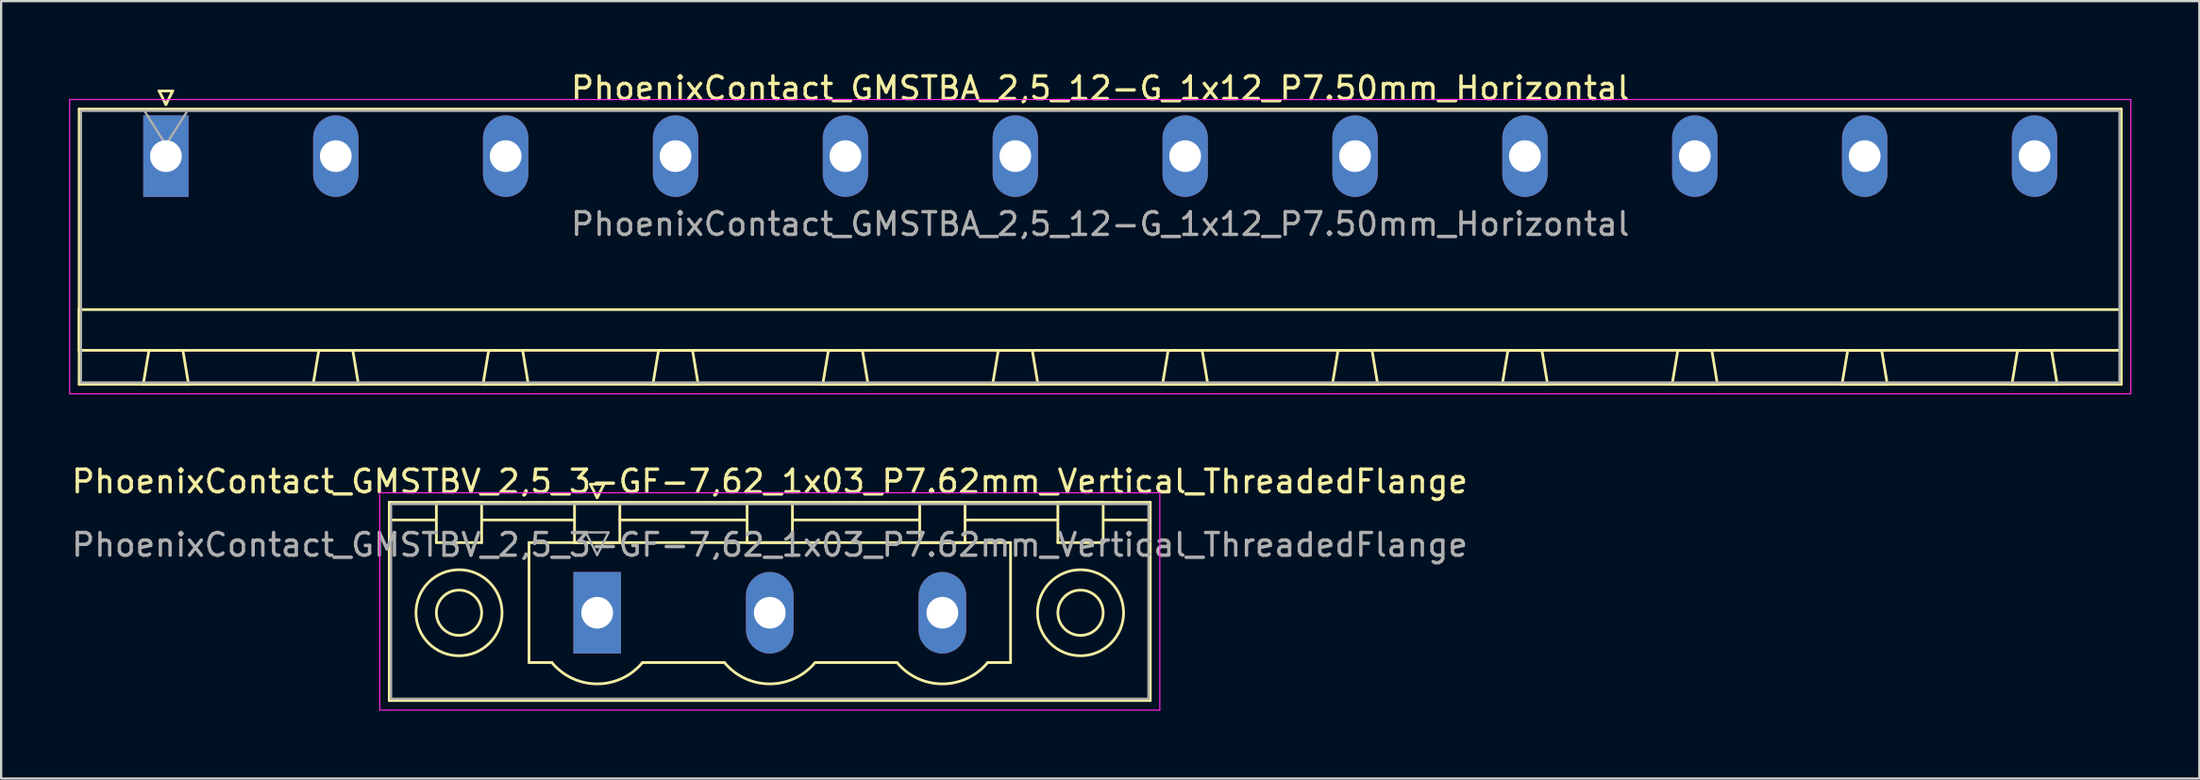
<source format=kicad_pcb>
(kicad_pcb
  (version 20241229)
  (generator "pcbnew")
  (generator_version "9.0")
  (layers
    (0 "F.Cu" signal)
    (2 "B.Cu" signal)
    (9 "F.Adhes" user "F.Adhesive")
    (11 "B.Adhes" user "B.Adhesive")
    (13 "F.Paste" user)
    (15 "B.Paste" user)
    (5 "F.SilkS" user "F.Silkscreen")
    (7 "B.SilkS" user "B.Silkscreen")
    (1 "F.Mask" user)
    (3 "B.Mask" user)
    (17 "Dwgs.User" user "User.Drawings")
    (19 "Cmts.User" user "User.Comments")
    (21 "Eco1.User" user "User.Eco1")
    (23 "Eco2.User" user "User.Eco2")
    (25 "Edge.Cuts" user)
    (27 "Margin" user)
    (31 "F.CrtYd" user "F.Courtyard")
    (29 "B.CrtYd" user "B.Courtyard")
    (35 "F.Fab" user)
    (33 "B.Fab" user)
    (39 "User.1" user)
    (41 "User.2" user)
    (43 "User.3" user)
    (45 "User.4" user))
  (footprint "PhoenixContact_GMSTBV_2,5_3-GF-7,62_1x03_P7.62mm_Vertical_ThreadedFlange"
    (layer "F.Cu")
    (at 23.315 24.021)
    (property "Reference" "PhoenixContact_GMSTBV_2,5_3-GF-7,62_1x03_P7.62mm_Vertical_ThreadedFlange" (at 7.62 -5.8 0) (layer "F.SilkS") (effects (font (size 1 1) (thickness 0.15))))
    (attr through_hole)
    (fp_line (start -9.18 -4.88) (end -9.18 3.88) (stroke (width 0.12) (type solid)) (layer "F.SilkS"))
    (fp_line (start -9.18 -4.1) (end -7.18 -4.1) (stroke (width 0.12) (type solid)) (layer "F.SilkS"))
    (fp_line (start -9.18 3.88) (end 24.42 3.88) (stroke (width 0.12) (type solid)) (layer "F.SilkS"))
    (fp_line (start -7.1 -4.88) (end -5.1 -4.88) (stroke (width 0.12) (type solid)) (layer "F.SilkS"))
    (fp_line (start -7.1 -3.1) (end -7.1 -4.88) (stroke (width 0.12) (type solid)) (layer "F.SilkS"))
    (fp_line (start -5.1 -4.88) (end -5.1 -3.1) (stroke (width 0.12) (type solid)) (layer "F.SilkS"))
    (fp_line (start -5.1 -4.1) (end -1 -4.1) (stroke (width 0.12) (type solid)) (layer "F.SilkS"))
    (fp_line (start -5.1 -3.1) (end -7.1 -3.1) (stroke (width 0.12) (type solid)) (layer "F.SilkS"))
    (fp_line (start -3.01 -3.1) (end 18.25 -3.1) (stroke (width 0.12) (type solid)) (layer "F.SilkS"))
    (fp_line (start -3.01 2.2) (end -3.01 -3.1) (stroke (width 0.12) (type solid)) (layer "F.SilkS"))
    (fp_line (start -2 2.2) (end -3.01 2.2) (stroke (width 0.12) (type solid)) (layer "F.SilkS"))
    (fp_line (start -1 -4.88) (end 1 -4.88) (stroke (width 0.12) (type solid)) (layer "F.SilkS"))
    (fp_line (start -1 -3.1) (end -1 -4.88) (stroke (width 0.12) (type solid)) (layer "F.SilkS"))
    (fp_line (start -0.3 -5.68) (end 0.3 -5.68) (stroke (width 0.12) (type solid)) (layer "F.SilkS"))
    (fp_line (start 0 -5.08) (end -0.3 -5.68) (stroke (width 0.12) (type solid)) (layer "F.SilkS"))
    (fp_line (start 0.3 -5.68) (end 0 -5.08) (stroke (width 0.12) (type solid)) (layer "F.SilkS"))
    (fp_line (start 1 -4.88) (end 1 -3.1) (stroke (width 0.12) (type solid)) (layer "F.SilkS"))
    (fp_line (start 1 -4.1) (end 6.62 -4.1) (stroke (width 0.12) (type solid)) (layer "F.SilkS"))
    (fp_line (start 1 -3.1) (end -1 -3.1) (stroke (width 0.12) (type solid)) (layer "F.SilkS"))
    (fp_line (start 2 2.2) (end 5.62 2.2) (stroke (width 0.12) (type solid)) (layer "F.SilkS"))
    (fp_line (start 6.62 -4.88) (end 8.62 -4.88) (stroke (width 0.12) (type solid)) (layer "F.SilkS"))
    (fp_line (start 6.62 -3.1) (end 6.62 -4.88) (stroke (width 0.12) (type solid)) (layer "F.SilkS"))
    (fp_line (start 8.62 -4.88) (end 8.62 -3.1) (stroke (width 0.12) (type solid)) (layer "F.SilkS"))
    (fp_line (start 8.62 -4.1) (end 14.24 -4.1) (stroke (width 0.12) (type solid)) (layer "F.SilkS"))
    (fp_line (start 8.62 -3.1) (end 6.62 -3.1) (stroke (width 0.12) (type solid)) (layer "F.SilkS"))
    (fp_line (start 9.62 2.2) (end 13.24 2.2) (stroke (width 0.12) (type solid)) (layer "F.SilkS"))
    (fp_line (start 14.24 -4.88) (end 16.24 -4.88) (stroke (width 0.12) (type solid)) (layer "F.SilkS"))
    (fp_line (start 14.24 -3.1) (end 14.24 -4.88) (stroke (width 0.12) (type solid)) (layer "F.SilkS"))
    (fp_line (start 16.24 -4.88) (end 16.24 -3.1) (stroke (width 0.12) (type solid)) (layer "F.SilkS"))
    (fp_line (start 16.24 -4.1) (end 20.34 -4.1) (stroke (width 0.12) (type solid)) (layer "F.SilkS"))
    (fp_line (start 16.24 -3.1) (end 14.24 -3.1) (stroke (width 0.12) (type solid)) (layer "F.SilkS"))
    (fp_line (start 18.25 -3.1) (end 18.25 2.2) (stroke (width 0.12) (type solid)) (layer "F.SilkS"))
    (fp_line (start 18.25 2.2) (end 17.24 2.2) (stroke (width 0.12) (type solid)) (layer "F.SilkS"))
    (fp_line (start 20.34 -4.88) (end 22.34 -4.88) (stroke (width 0.12) (type solid)) (layer "F.SilkS"))
    (fp_line (start 20.34 -3.1) (end 20.34 -4.88) (stroke (width 0.12) (type solid)) (layer "F.SilkS"))
    (fp_line (start 22.34 -4.88) (end 22.34 -3.1) (stroke (width 0.12) (type solid)) (layer "F.SilkS"))
    (fp_line (start 22.34 -3.1) (end 20.34 -3.1) (stroke (width 0.12) (type solid)) (layer "F.SilkS"))
    (fp_line (start 24.42 -4.88) (end -9.18 -4.88) (stroke (width 0.12) (type solid)) (layer "F.SilkS"))
    (fp_line (start 24.42 -4.1) (end 22.42 -4.1) (stroke (width 0.12) (type solid)) (layer "F.SilkS"))
    (fp_line (start 24.42 3.88) (end 24.42 -4.88) (stroke (width 0.12) (type solid)) (layer "F.SilkS"))
    (fp_arc (start 1.986842 2.215821) (mid -0.010289 3.142758) (end -2 2.2) (stroke (width 0.12) (type solid)) (layer "F.SilkS"))
    (fp_arc (start 9.606842 2.215821) (mid 7.609711 3.142758) (end 5.62 2.2) (stroke (width 0.12) (type solid)) (layer "F.SilkS"))
    (fp_arc (start 17.226842 2.215821) (mid 15.229711 3.142758) (end 13.24 2.2) (stroke (width 0.12) (type solid)) (layer "F.SilkS"))
    (fp_circle (center -6.1 0) (end -5.1 0) (stroke (width 0.12) (type solid)) (fill no) (layer "F.SilkS"))
    (fp_circle (center -6.1 0) (end -4.2 0) (stroke (width 0.12) (type solid)) (fill no) (layer "F.SilkS"))
    (fp_circle (center 21.34 0) (end 22.34 0) (stroke (width 0.12) (type solid)) (fill no) (layer "F.SilkS"))
    (fp_circle (center 21.34 0) (end 23.24 0) (stroke (width 0.12) (type solid)) (fill no) (layer "F.SilkS"))
    (fp_line (start -9.6 -5.3) (end -9.6 4.3) (stroke (width 0.05) (type solid)) (layer "F.CrtYd"))
    (fp_line (start -9.6 4.3) (end 24.84 4.3) (stroke (width 0.05) (type solid)) (layer "F.CrtYd"))
    (fp_line (start 24.84 -5.3) (end -9.6 -5.3) (stroke (width 0.05) (type solid)) (layer "F.CrtYd"))
    (fp_line (start 24.84 4.3) (end 24.84 -5.3) (stroke (width 0.05) (type solid)) (layer "F.CrtYd"))
    (fp_line (start -9.1 -4.8) (end -9.1 3.8) (stroke (width 0.1) (type solid)) (layer "F.Fab"))
    (fp_line (start -9.1 3.8) (end 24.34 3.8) (stroke (width 0.1) (type solid)) (layer "F.Fab"))
    (fp_line (start -0.5 -3.55) (end 0.5 -3.55) (stroke (width 0.1) (type solid)) (layer "F.Fab"))
    (fp_line (start 0 -2.55) (end -0.5 -3.55) (stroke (width 0.1) (type solid)) (layer "F.Fab"))
    (fp_line (start 0.5 -3.55) (end 0 -2.55) (stroke (width 0.1) (type solid)) (layer "F.Fab"))
    (fp_line (start 24.34 -4.8) (end -9.1 -4.8) (stroke (width 0.1) (type solid)) (layer "F.Fab"))
    (fp_line (start 24.34 3.8) (end 24.34 -4.8) (stroke (width 0.1) (type solid)) (layer "F.Fab"))
    (fp_text user "${REFERENCE}" (at 7.62 -3 0) (layer "F.Fab") (effects (font (size 1 1) (thickness 0.15))))
    (pad "1" thru_hole rect (at 0 0) (size 2.1 3.6) (drill 1.4) (layers "*.Cu" "*.Mask"))
    (pad "2" thru_hole oval (at 7.62 0) (size 2.1 3.6) (drill 1.4) (layers "*.Cu" "*.Mask"))
    (pad "3" thru_hole oval (at 15.24 0) (size 2.1 3.6) (drill 1.4) (layers "*.Cu" "*.Mask")))
  (footprint "PhoenixContact_GMSTBA_2,5_12-G_1x12_P7.50mm_Horizontal"
    (layer "F.Cu")
    (at 4.275 3.848)
    (property "Reference" "PhoenixContact_GMSTBA_2,5_12-G_1x12_P7.50mm_Horizontal" (at 41.25 -3 0) (layer "F.SilkS") (effects (font (size 1 1) (thickness 0.15))))
    (attr through_hole)
    (fp_line (start -3.83 -2.08) (end -3.83 10.08) (stroke (width 0.12) (type solid)) (layer "F.SilkS"))
    (fp_line (start -3.83 6.78) (end 86.33 6.78) (stroke (width 0.12) (type solid)) (layer "F.SilkS"))
    (fp_line (start -3.83 8.58) (end -3.83 6.78) (stroke (width 0.12) (type solid)) (layer "F.SilkS"))
    (fp_line (start -3.83 10.08) (end 86.33 10.08) (stroke (width 0.12) (type solid)) (layer "F.SilkS"))
    (fp_line (start -1 10.08) (end 1 10.08) (stroke (width 0.12) (type solid)) (layer "F.SilkS"))
    (fp_line (start -0.75 8.58) (end -1 10.08) (stroke (width 0.12) (type solid)) (layer "F.SilkS"))
    (fp_line (start -0.3 -2.88) (end 0.3 -2.88) (stroke (width 0.12) (type solid)) (layer "F.SilkS"))
    (fp_line (start 0 -2.28) (end -0.3 -2.88) (stroke (width 0.12) (type solid)) (layer "F.SilkS"))
    (fp_line (start 0.3 -2.88) (end 0 -2.28) (stroke (width 0.12) (type solid)) (layer "F.SilkS"))
    (fp_line (start 0.75 8.58) (end -0.75 8.58) (stroke (width 0.12) (type solid)) (layer "F.SilkS"))
    (fp_line (start 1 10.08) (end 0.75 8.58) (stroke (width 0.12) (type solid)) (layer "F.SilkS"))
    (fp_line (start 6.5 10.08) (end 8.5 10.08) (stroke (width 0.12) (type solid)) (layer "F.SilkS"))
    (fp_line (start 6.75 8.58) (end 6.5 10.08) (stroke (width 0.12) (type solid)) (layer "F.SilkS"))
    (fp_line (start 8.25 8.58) (end 6.75 8.58) (stroke (width 0.12) (type solid)) (layer "F.SilkS"))
    (fp_line (start 8.5 10.08) (end 8.25 8.58) (stroke (width 0.12) (type solid)) (layer "F.SilkS"))
    (fp_line (start 14 10.08) (end 16 10.08) (stroke (width 0.12) (type solid)) (layer "F.SilkS"))
    (fp_line (start 14.25 8.58) (end 14 10.08) (stroke (width 0.12) (type solid)) (layer "F.SilkS"))
    (fp_line (start 15.75 8.58) (end 14.25 8.58) (stroke (width 0.12) (type solid)) (layer "F.SilkS"))
    (fp_line (start 16 10.08) (end 15.75 8.58) (stroke (width 0.12) (type solid)) (layer "F.SilkS"))
    (fp_line (start 21.5 10.08) (end 23.5 10.08) (stroke (width 0.12) (type solid)) (layer "F.SilkS"))
    (fp_line (start 21.75 8.58) (end 21.5 10.08) (stroke (width 0.12) (type solid)) (layer "F.SilkS"))
    (fp_line (start 23.25 8.58) (end 21.75 8.58) (stroke (width 0.12) (type solid)) (layer "F.SilkS"))
    (fp_line (start 23.5 10.08) (end 23.25 8.58) (stroke (width 0.12) (type solid)) (layer "F.SilkS"))
    (fp_line (start 29 10.08) (end 31 10.08) (stroke (width 0.12) (type solid)) (layer "F.SilkS"))
    (fp_line (start 29.25 8.58) (end 29 10.08) (stroke (width 0.12) (type solid)) (layer "F.SilkS"))
    (fp_line (start 30.75 8.58) (end 29.25 8.58) (stroke (width 0.12) (type solid)) (layer "F.SilkS"))
    (fp_line (start 31 10.08) (end 30.75 8.58) (stroke (width 0.12) (type solid)) (layer "F.SilkS"))
    (fp_line (start 36.5 10.08) (end 38.5 10.08) (stroke (width 0.12) (type solid)) (layer "F.SilkS"))
    (fp_line (start 36.75 8.58) (end 36.5 10.08) (stroke (width 0.12) (type solid)) (layer "F.SilkS"))
    (fp_line (start 38.25 8.58) (end 36.75 8.58) (stroke (width 0.12) (type solid)) (layer "F.SilkS"))
    (fp_line (start 38.5 10.08) (end 38.25 8.58) (stroke (width 0.12) (type solid)) (layer "F.SilkS"))
    (fp_line (start 44 10.08) (end 46 10.08) (stroke (width 0.12) (type solid)) (layer "F.SilkS"))
    (fp_line (start 44.25 8.58) (end 44 10.08) (stroke (width 0.12) (type solid)) (layer "F.SilkS"))
    (fp_line (start 45.75 8.58) (end 44.25 8.58) (stroke (width 0.12) (type solid)) (layer "F.SilkS"))
    (fp_line (start 46 10.08) (end 45.75 8.58) (stroke (width 0.12) (type solid)) (layer "F.SilkS"))
    (fp_line (start 51.5 10.08) (end 53.5 10.08) (stroke (width 0.12) (type solid)) (layer "F.SilkS"))
    (fp_line (start 51.75 8.58) (end 51.5 10.08) (stroke (width 0.12) (type solid)) (layer "F.SilkS"))
    (fp_line (start 53.25 8.58) (end 51.75 8.58) (stroke (width 0.12) (type solid)) (layer "F.SilkS"))
    (fp_line (start 53.5 10.08) (end 53.25 8.58) (stroke (width 0.12) (type solid)) (layer "F.SilkS"))
    (fp_line (start 59 10.08) (end 61 10.08) (stroke (width 0.12) (type solid)) (layer "F.SilkS"))
    (fp_line (start 59.25 8.58) (end 59 10.08) (stroke (width 0.12) (type solid)) (layer "F.SilkS"))
    (fp_line (start 60.75 8.58) (end 59.25 8.58) (stroke (width 0.12) (type solid)) (layer "F.SilkS"))
    (fp_line (start 61 10.08) (end 60.75 8.58) (stroke (width 0.12) (type solid)) (layer "F.SilkS"))
    (fp_line (start 66.5 10.08) (end 68.5 10.08) (stroke (width 0.12) (type solid)) (layer "F.SilkS"))
    (fp_line (start 66.75 8.58) (end 66.5 10.08) (stroke (width 0.12) (type solid)) (layer "F.SilkS"))
    (fp_line (start 68.25 8.58) (end 66.75 8.58) (stroke (width 0.12) (type solid)) (layer "F.SilkS"))
    (fp_line (start 68.5 10.08) (end 68.25 8.58) (stroke (width 0.12) (type solid)) (layer "F.SilkS"))
    (fp_line (start 74 10.08) (end 76 10.08) (stroke (width 0.12) (type solid)) (layer "F.SilkS"))
    (fp_line (start 74.25 8.58) (end 74 10.08) (stroke (width 0.12) (type solid)) (layer "F.SilkS"))
    (fp_line (start 75.75 8.58) (end 74.25 8.58) (stroke (width 0.12) (type solid)) (layer "F.SilkS"))
    (fp_line (start 76 10.08) (end 75.75 8.58) (stroke (width 0.12) (type solid)) (layer "F.SilkS"))
    (fp_line (start 81.5 10.08) (end 83.5 10.08) (stroke (width 0.12) (type solid)) (layer "F.SilkS"))
    (fp_line (start 81.75 8.58) (end 81.5 10.08) (stroke (width 0.12) (type solid)) (layer "F.SilkS"))
    (fp_line (start 83.25 8.58) (end 81.75 8.58) (stroke (width 0.12) (type solid)) (layer "F.SilkS"))
    (fp_line (start 83.5 10.08) (end 83.25 8.58) (stroke (width 0.12) (type solid)) (layer "F.SilkS"))
    (fp_line (start 86.33 -2.08) (end -3.83 -2.08) (stroke (width 0.12) (type solid)) (layer "F.SilkS"))
    (fp_line (start 86.33 6.78) (end 86.33 8.58) (stroke (width 0.12) (type solid)) (layer "F.SilkS"))
    (fp_line (start 86.33 8.58) (end -3.83 8.58) (stroke (width 0.12) (type solid)) (layer "F.SilkS"))
    (fp_line (start 86.33 10.08) (end 86.33 -2.08) (stroke (width 0.12) (type solid)) (layer "F.SilkS"))
    (fp_line (start -4.25 -2.5) (end -4.25 10.5) (stroke (width 0.05) (type solid)) (layer "F.CrtYd"))
    (fp_line (start -4.25 10.5) (end 86.75 10.5) (stroke (width 0.05) (type solid)) (layer "F.CrtYd"))
    (fp_line (start 86.75 -2.5) (end -4.25 -2.5) (stroke (width 0.05) (type solid)) (layer "F.CrtYd"))
    (fp_line (start 86.75 10.5) (end 86.75 -2.5) (stroke (width 0.05) (type solid)) (layer "F.CrtYd"))
    (fp_line (start -3.75 -2) (end -3.75 10) (stroke (width 0.1) (type solid)) (layer "F.Fab"))
    (fp_line (start -3.75 10) (end 86.25 10) (stroke (width 0.1) (type solid)) (layer "F.Fab"))
    (fp_line (start 0 -0.5) (end -0.95 -2) (stroke (width 0.1) (type solid)) (layer "F.Fab"))
    (fp_line (start 0.95 -2) (end 0 -0.5) (stroke (width 0.1) (type solid)) (layer "F.Fab"))
    (fp_line (start 86.25 -2) (end -3.75 -2) (stroke (width 0.1) (type solid)) (layer "F.Fab"))
    (fp_line (start 86.25 10) (end 86.25 -2) (stroke (width 0.1) (type solid)) (layer "F.Fab"))
    (fp_text user "${REFERENCE}" (at 41.25 3 0) (layer "F.Fab") (effects (font (size 1 1) (thickness 0.15))))
    (pad "1" thru_hole rect (at 0 0) (size 2 3.6) (drill 1.4) (layers "*.Cu" "*.Mask"))
    (pad "2" thru_hole oval (at 7.5 0) (size 2 3.6) (drill 1.4) (layers "*.Cu" "*.Mask"))
    (pad "3" thru_hole oval (at 15 0) (size 2 3.6) (drill 1.4) (layers "*.Cu" "*.Mask"))
    (pad "4" thru_hole oval (at 22.5 0) (size 2 3.6) (drill 1.4) (layers "*.Cu" "*.Mask"))
    (pad "5" thru_hole oval (at 30 0) (size 2 3.6) (drill 1.4) (layers "*.Cu" "*.Mask"))
    (pad "6" thru_hole oval (at 37.5 0) (size 2 3.6) (drill 1.4) (layers "*.Cu" "*.Mask"))
    (pad "7" thru_hole oval (at 45 0) (size 2 3.6) (drill 1.4) (layers "*.Cu" "*.Mask"))
    (pad "8" thru_hole oval (at 52.5 0) (size 2 3.6) (drill 1.4) (layers "*.Cu" "*.Mask"))
    (pad "9" thru_hole oval (at 60 0) (size 2 3.6) (drill 1.4) (layers "*.Cu" "*.Mask"))
    (pad "10" thru_hole oval (at 67.5 0) (size 2 3.6) (drill 1.4) (layers "*.Cu" "*.Mask"))
    (pad "11" thru_hole oval (at 75 0) (size 2 3.6) (drill 1.4) (layers "*.Cu" "*.Mask"))
    (pad "12" thru_hole oval (at 82.5 0) (size 2 3.6) (drill 1.4) (layers "*.Cu" "*.Mask")))
  (gr_rect
    (start -3 -3)
    (end 94.05 31.346)
    (stroke (width 0.1) (type default))
    (fill no)
    (layer "Edge.Cuts")))
</source>
